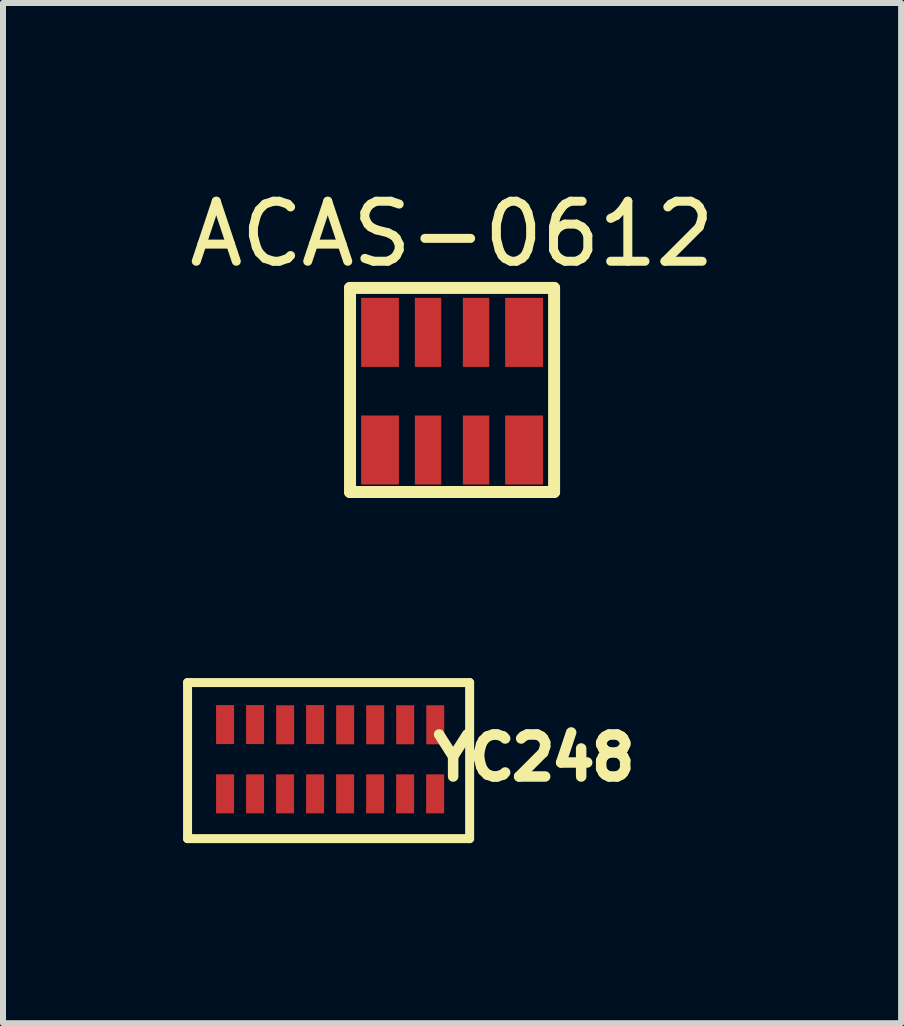
<source format=kicad_pcb>
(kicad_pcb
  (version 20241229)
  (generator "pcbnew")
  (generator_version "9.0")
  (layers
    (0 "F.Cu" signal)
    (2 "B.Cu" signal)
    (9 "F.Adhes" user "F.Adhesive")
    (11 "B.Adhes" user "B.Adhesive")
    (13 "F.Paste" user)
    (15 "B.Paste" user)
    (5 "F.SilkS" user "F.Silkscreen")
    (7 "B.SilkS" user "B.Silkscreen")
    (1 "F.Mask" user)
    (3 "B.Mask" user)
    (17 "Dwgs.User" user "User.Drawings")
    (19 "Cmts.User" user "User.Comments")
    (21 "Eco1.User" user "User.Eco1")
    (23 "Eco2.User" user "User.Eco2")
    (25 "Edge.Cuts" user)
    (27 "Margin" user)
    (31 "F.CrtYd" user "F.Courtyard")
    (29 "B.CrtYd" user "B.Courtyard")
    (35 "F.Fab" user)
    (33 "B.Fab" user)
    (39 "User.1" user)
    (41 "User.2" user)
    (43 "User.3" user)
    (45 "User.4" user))
  (footprint "YC248"
    (layer "F.Cu")
    (at 2.45 9.598)
    (property "Reference" "YC248" (at 3.4 -0.025 0) (layer "F.SilkS") (effects (font (size 0.7 0.7) (thickness 0.175))))
    (attr smd)
    (fp_line (start -2.375 -1.275) (end -2.375 1.325) (stroke (width 0.15) (type solid)) (layer "F.SilkS"))
    (fp_line (start -2.375 1.325) (end 2.325 1.325) (stroke (width 0.15) (type solid)) (layer "F.SilkS"))
    (fp_line (start 2.325 -1.275) (end -2.375 -1.275) (stroke (width 0.15) (type solid)) (layer "F.SilkS"))
    (fp_line (start 2.325 1.325) (end 2.325 -1.275) (stroke (width 0.15) (type solid)) (layer "F.SilkS"))
    (pad "1" smd rect (at -1.75 0.579) (size 0.3 0.65) (layers "F.Cu" "F.Mask" "F.Paste"))
    (pad "2" smd rect (at -1.25 0.579) (size 0.3 0.65) (layers "F.Cu" "F.Mask" "F.Paste"))
    (pad "3" smd rect (at -0.75 0.579) (size 0.3 0.65) (layers "F.Cu" "F.Mask" "F.Paste"))
    (pad "4" smd rect (at -0.25 0.579) (size 0.3 0.65) (layers "F.Cu" "F.Mask" "F.Paste"))
    (pad "5" smd rect (at 0.25 0.579) (size 0.3 0.65) (layers "F.Cu" "F.Mask" "F.Paste"))
    (pad "6" smd rect (at 0.75 0.579) (size 0.3 0.65) (layers "F.Cu" "F.Mask" "F.Paste"))
    (pad "7" smd rect (at 1.25 0.579) (size 0.3 0.65) (layers "F.Cu" "F.Mask" "F.Paste"))
    (pad "8" smd rect (at 1.75 0.579) (size 0.3 0.65) (layers "F.Cu" "F.Mask" "F.Paste"))
    (pad "9" smd rect (at 1.752 -0.572) (size 0.3 0.65) (layers "F.Cu" "F.Mask" "F.Paste"))
    (pad "10" smd rect (at 1.251 -0.572) (size 0.3 0.65) (layers "F.Cu" "F.Mask" "F.Paste"))
    (pad "11" smd rect (at 0.751 -0.572) (size 0.3 0.65) (layers "F.Cu" "F.Mask" "F.Paste"))
    (pad "12" smd rect (at 0.251 -0.572) (size 0.3 0.65) (layers "F.Cu" "F.Mask" "F.Paste"))
    (pad "13" smd rect (at -0.25 -0.575) (size 0.3 0.65) (layers "F.Cu" "F.Mask" "F.Paste"))
    (pad "14" smd rect (at -0.749 -0.572) (size 0.3 0.65) (layers "F.Cu" "F.Mask" "F.Paste"))
    (pad "15" smd rect (at -1.25 -0.575) (size 0.3 0.65) (layers "F.Cu" "F.Mask" "F.Paste"))
    (pad "16" smd rect (at -1.75 -0.575) (size 0.3 0.65) (layers "F.Cu" "F.Mask" "F.Paste")))
  (footprint "ACAS-0612"
    (layer "F.Cu")
    (at 4.482 3.448)
    (property "Reference" "ACAS-0612" (at 0 -2.6 0) (layer "F.SilkS") (effects (font (size 1 1) (thickness 0.15))))
    (attr smd)
    (fp_line (start -1.7 -1.7) (end 1.7 -1.7) (stroke (width 0.2) (type solid)) (layer "F.SilkS"))
    (fp_line (start -1.7 1.7) (end -1.7 -1.7) (stroke (width 0.2) (type solid)) (layer "F.SilkS"))
    (fp_line (start 1.7 -1.7) (end 1.7 1.7) (stroke (width 0.2) (type solid)) (layer "F.SilkS"))
    (fp_line (start 1.7 1.7) (end -1.7 1.7) (stroke (width 0.2) (type solid)) (layer "F.SilkS"))
    (pad "1" smd rect (at -1.2 1) (size 0.63 1.15) (layers "F.Cu" "F.Mask" "F.Paste"))
    (pad "2" smd rect (at -0.4 1) (size 0.44 1.15) (layers "F.Cu" "F.Mask" "F.Paste"))
    (pad "3" smd rect (at 0.4 1) (size 0.44 1.15) (layers "F.Cu" "F.Mask" "F.Paste"))
    (pad "4" smd rect (at 1.2 1) (size 0.63 1.15) (layers "F.Cu" "F.Mask" "F.Paste"))
    (pad "5" smd rect (at 1.2 -0.96) (size 0.63 1.15) (layers "F.Cu" "F.Mask" "F.Paste"))
    (pad "6" smd rect (at 0.4 -0.96) (size 0.44 1.15) (layers "F.Cu" "F.Mask" "F.Paste"))
    (pad "7" smd rect (at -0.4 -0.96) (size 0.44 1.15) (layers "F.Cu" "F.Mask" "F.Paste"))
    (pad "8" smd rect (at -1.2 -0.96) (size 0.63 1.15) (layers "F.Cu" "F.Mask" "F.Paste")))
  (gr_rect
    (start -3 -3)
    (end 11.964 13.998)
    (stroke (width 0.1) (type default))
    (fill no)
    (layer "Edge.Cuts")))
</source>
